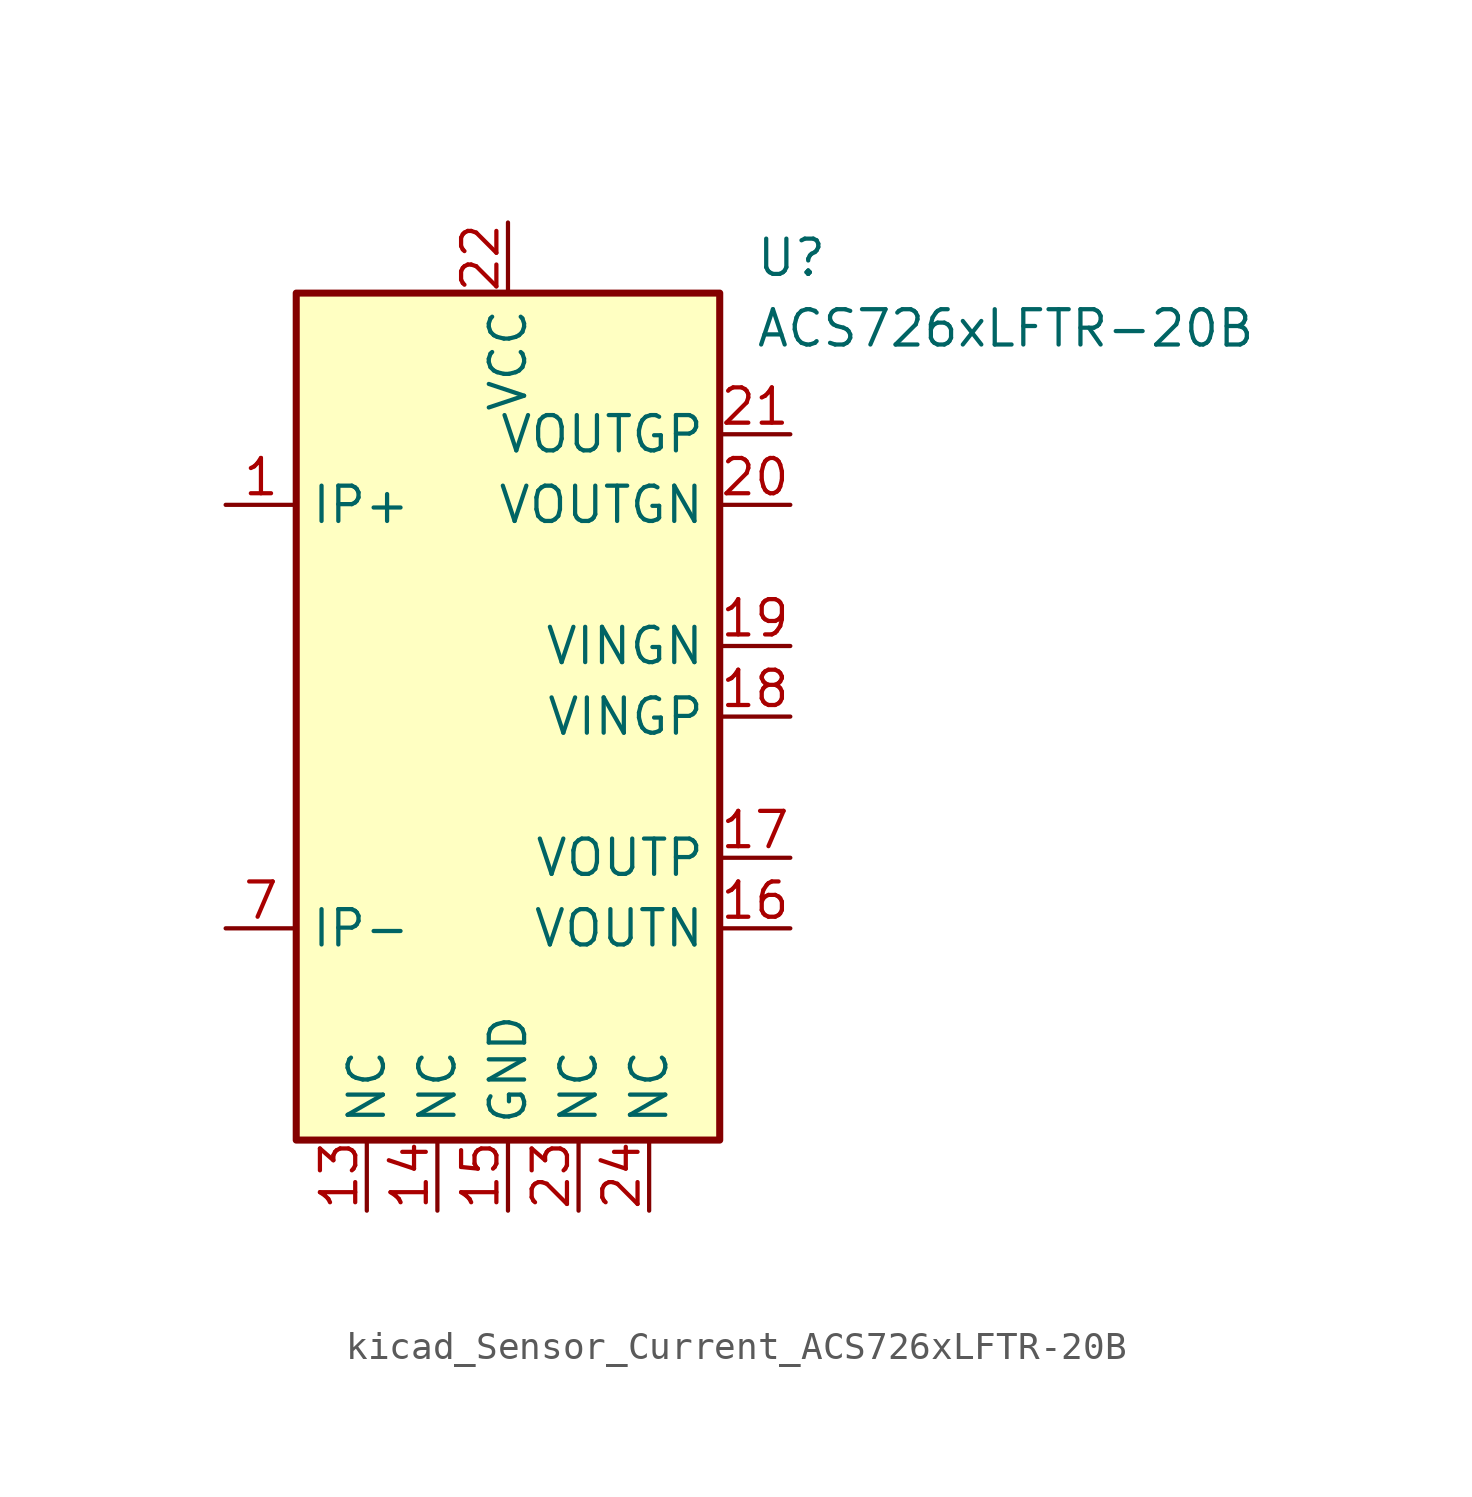
<source format=kicad_sym>
(kicad_symbol_lib
  (version 20220914)
  (generator kicad_symbol_editor)
  (symbol "kicad_Sensor_Current_ACS726xLFTR-20B"
    (property "Reference" "U"
      (at 8.89 16.51 0)
      (effects (font (size 1.27 1.27)) (justify left)))
    (property "Value" "ACS726xLFTR-20B"
      (at 8.89 13.97 0)
      (effects (font (size 1.27 1.27)) (justify left)))
    (symbol "kicad_Sensor_Current_ACS726xLFTR-20B_0_1"
      (rectangle (start -7.62 15.24) (end 7.62 -15.24) (stroke (width 0.254) (type default)) (fill (type background))))
    (symbol "kicad_Sensor_Current_ACS726xLFTR-20B_1_1"
      (pin passive line (at -10.16 7.62 0) (length 2.54) (name "IP+" (effects (font (size 1.27 1.27)))) (number "1" (effects (font (size 1.27 1.27)))))
      (pin passive line (at -10.16 -7.62 0) (length 2.54) hide (name "IP-" (effects (font (size 1.27 1.27)))) (number "10" (effects (font (size 1.27 1.27)))))
      (pin passive line (at -10.16 -7.62 0) (length 2.54) hide (name "IP-" (effects (font (size 1.27 1.27)))) (number "11" (effects (font (size 1.27 1.27)))))
      (pin passive line (at -10.16 -7.62 0) (length 2.54) hide (name "IP-" (effects (font (size 1.27 1.27)))) (number "12" (effects (font (size 1.27 1.27)))))
      (pin passive line (at -5.08 -17.78 90) (length 2.54) (name "NC" (effects (font (size 1.27 1.27)))) (number "13" (effects (font (size 1.27 1.27)))))
      (pin passive line (at -2.54 -17.78 90) (length 2.54) (name "NC" (effects (font (size 1.27 1.27)))) (number "14" (effects (font (size 1.27 1.27)))))
      (pin power_in line (at 0 -17.78 90) (length 2.54) (name "GND" (effects (font (size 1.27 1.27)))) (number "15" (effects (font (size 1.27 1.27)))))
      (pin output line (at 10.16 -7.62 180) (length 2.54) (name "VOUTN" (effects (font (size 1.27 1.27)))) (number "16" (effects (font (size 1.27 1.27)))))
      (pin output line (at 10.16 -5.08 180) (length 2.54) (name "VOUTP" (effects (font (size 1.27 1.27)))) (number "17" (effects (font (size 1.27 1.27)))))
      (pin input line (at 10.16 0 180) (length 2.54) (name "VINGP" (effects (font (size 1.27 1.27)))) (number "18" (effects (font (size 1.27 1.27)))))
      (pin input line (at 10.16 2.54 180) (length 2.54) (name "VINGN" (effects (font (size 1.27 1.27)))) (number "19" (effects (font (size 1.27 1.27)))))
      (pin passive line (at -10.16 7.62 0) (length 2.54) hide (name "IP+" (effects (font (size 1.27 1.27)))) (number "2" (effects (font (size 1.27 1.27)))))
      (pin output line (at 10.16 7.62 180) (length 2.54) (name "VOUTGN" (effects (font (size 1.27 1.27)))) (number "20" (effects (font (size 1.27 1.27)))))
      (pin output line (at 10.16 10.16 180) (length 2.54) (name "VOUTGP" (effects (font (size 1.27 1.27)))) (number "21" (effects (font (size 1.27 1.27)))))
      (pin power_in line (at 0 17.78 270) (length 2.54) (name "VCC" (effects (font (size 1.27 1.27)))) (number "22" (effects (font (size 1.27 1.27)))))
      (pin passive line (at 2.54 -17.78 90) (length 2.54) (name "NC" (effects (font (size 1.27 1.27)))) (number "23" (effects (font (size 1.27 1.27)))))
      (pin passive line (at 5.08 -17.78 90) (length 2.54) (name "NC" (effects (font (size 1.27 1.27)))) (number "24" (effects (font (size 1.27 1.27)))))
      (pin passive line (at -10.16 7.62 0) (length 2.54) hide (name "IP+" (effects (font (size 1.27 1.27)))) (number "3" (effects (font (size 1.27 1.27)))))
      (pin passive line (at -10.16 7.62 0) (length 2.54) hide (name "IP+" (effects (font (size 1.27 1.27)))) (number "4" (effects (font (size 1.27 1.27)))))
      (pin passive line (at -10.16 7.62 0) (length 2.54) hide (name "IP+" (effects (font (size 1.27 1.27)))) (number "5" (effects (font (size 1.27 1.27)))))
      (pin passive line (at -10.16 7.62 0) (length 2.54) hide (name "IP+" (effects (font (size 1.27 1.27)))) (number "6" (effects (font (size 1.27 1.27)))))
      (pin passive line (at -10.16 -7.62 0) (length 2.54) (name "IP-" (effects (font (size 1.27 1.27)))) (number "7" (effects (font (size 1.27 1.27)))))
      (pin passive line (at -10.16 -7.62 0) (length 2.54) hide (name "IP-" (effects (font (size 1.27 1.27)))) (number "8" (effects (font (size 1.27 1.27)))))
      (pin passive line (at -10.16 -7.62 0) (length 2.54) hide (name "IP-" (effects (font (size 1.27 1.27)))) (number "9" (effects (font (size 1.27 1.27))))))))
</source>
